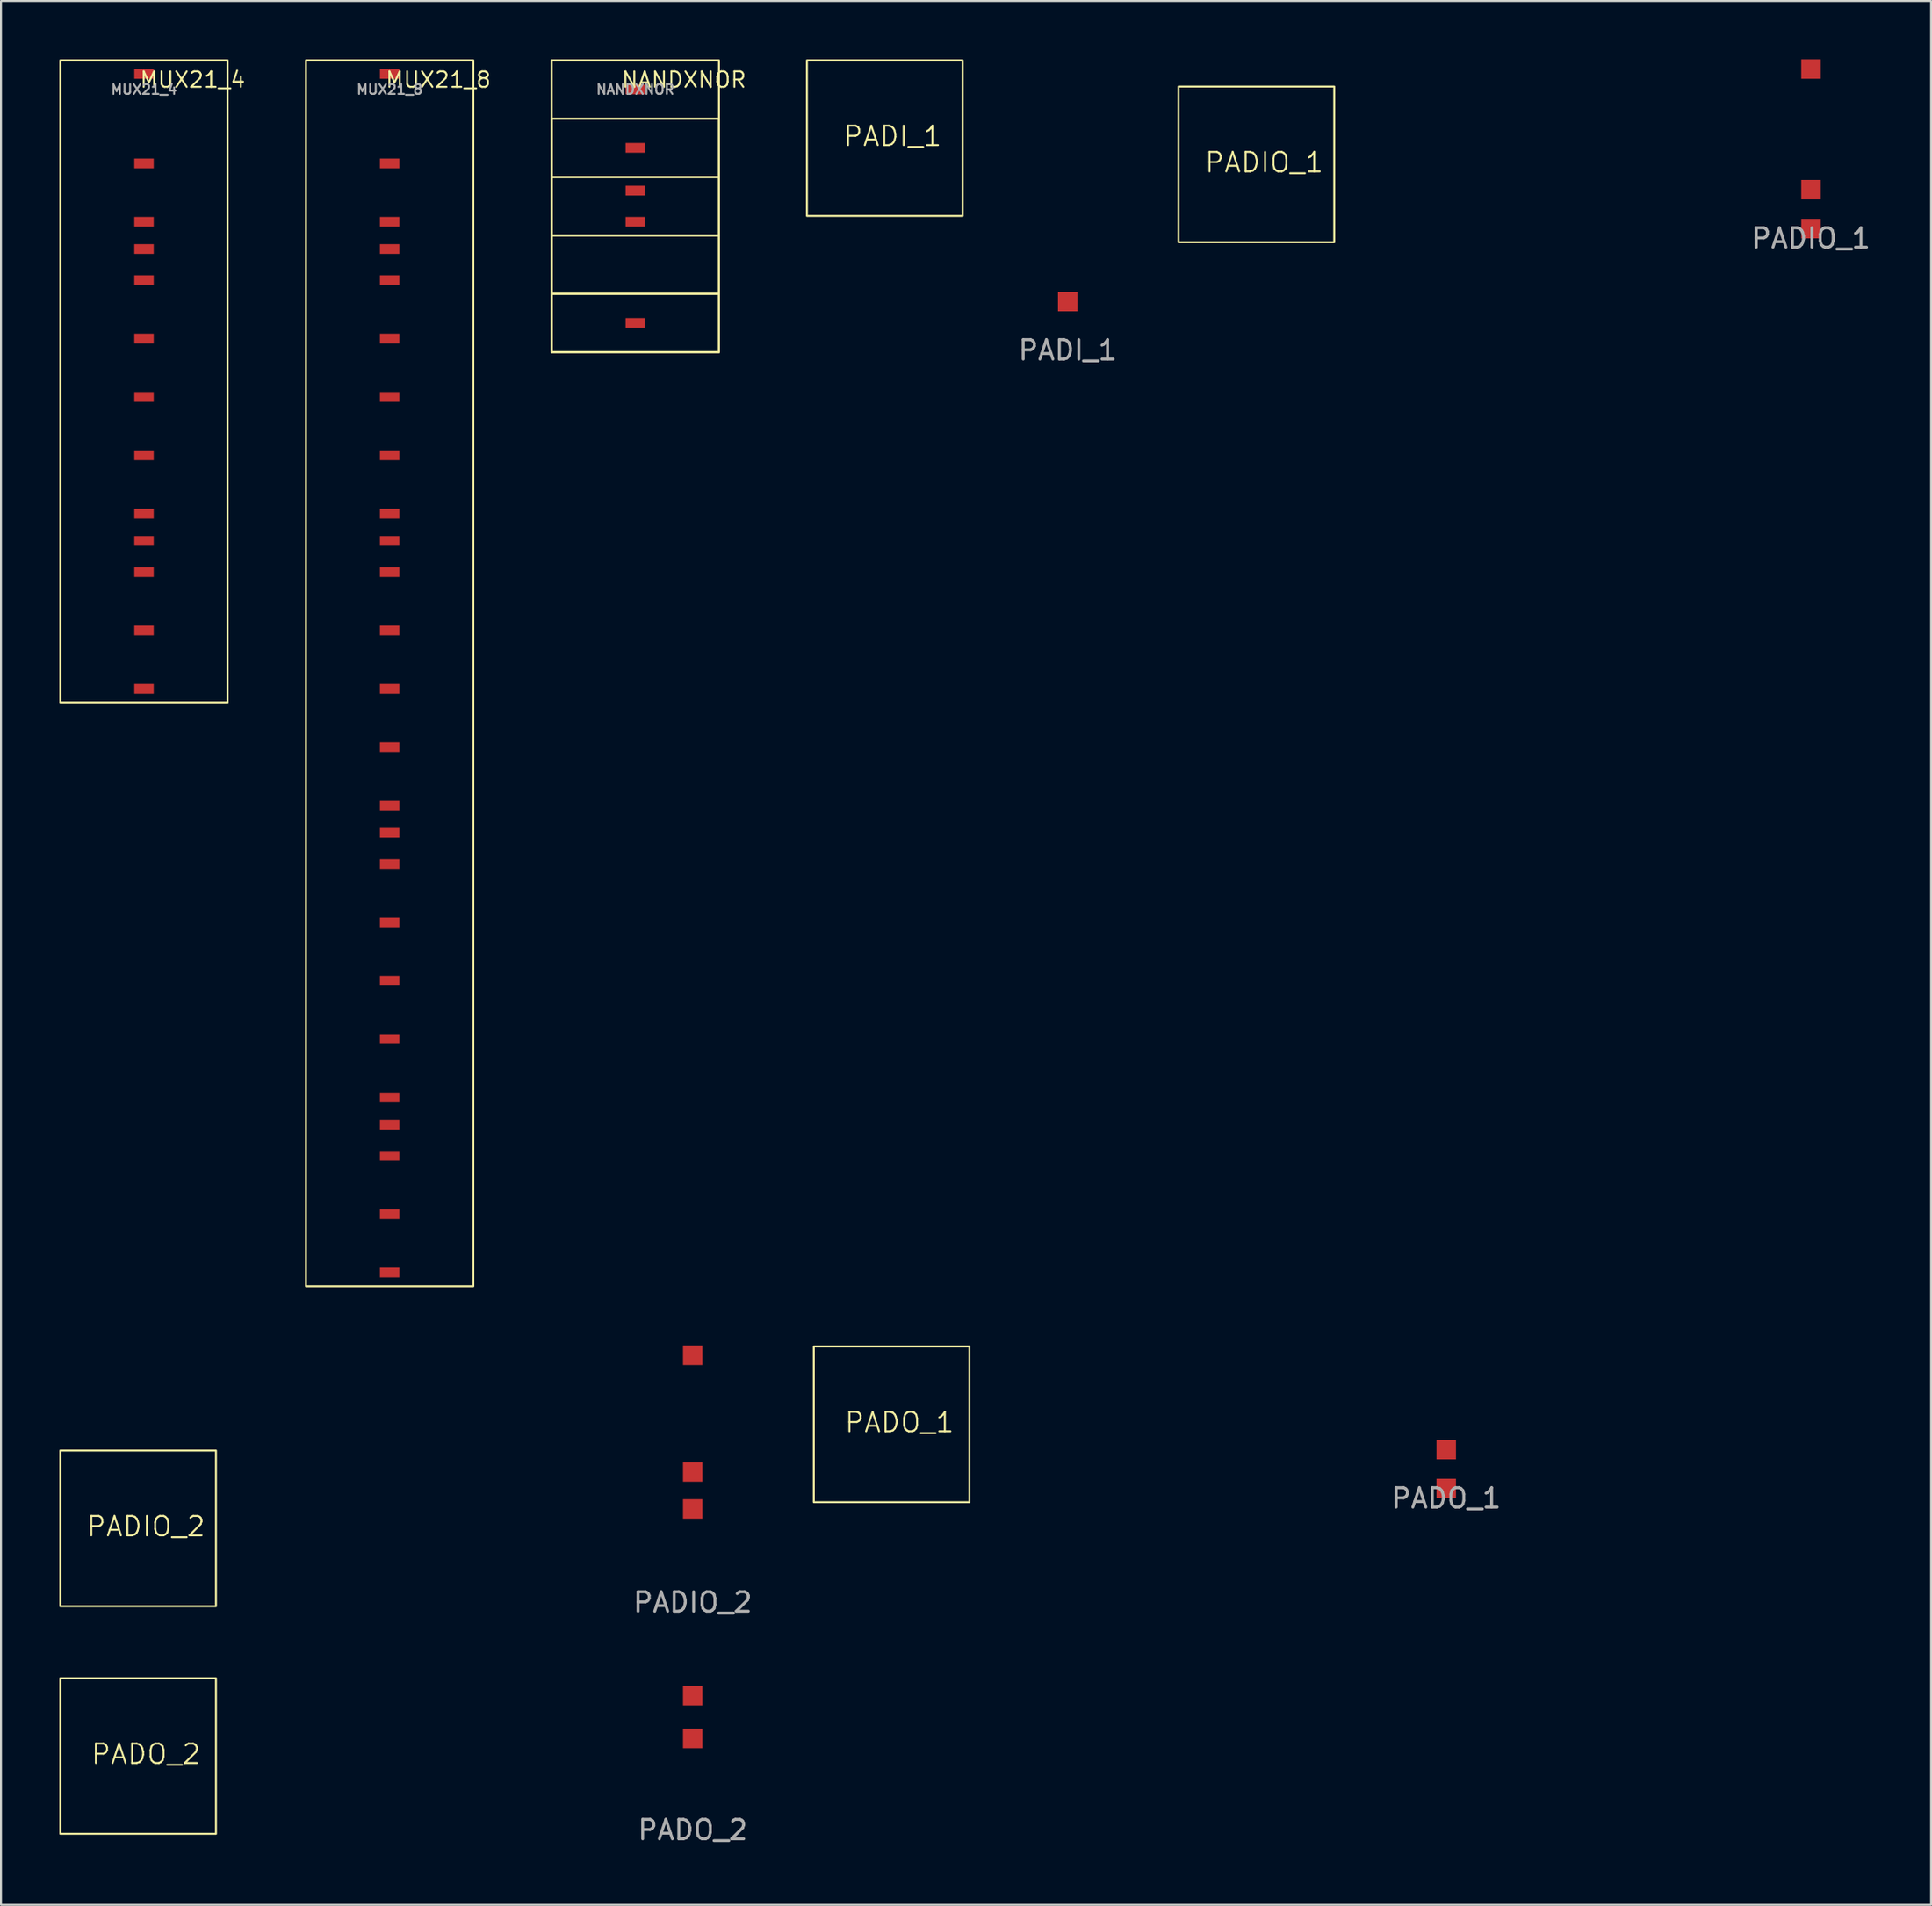
<source format=kicad_pcb>
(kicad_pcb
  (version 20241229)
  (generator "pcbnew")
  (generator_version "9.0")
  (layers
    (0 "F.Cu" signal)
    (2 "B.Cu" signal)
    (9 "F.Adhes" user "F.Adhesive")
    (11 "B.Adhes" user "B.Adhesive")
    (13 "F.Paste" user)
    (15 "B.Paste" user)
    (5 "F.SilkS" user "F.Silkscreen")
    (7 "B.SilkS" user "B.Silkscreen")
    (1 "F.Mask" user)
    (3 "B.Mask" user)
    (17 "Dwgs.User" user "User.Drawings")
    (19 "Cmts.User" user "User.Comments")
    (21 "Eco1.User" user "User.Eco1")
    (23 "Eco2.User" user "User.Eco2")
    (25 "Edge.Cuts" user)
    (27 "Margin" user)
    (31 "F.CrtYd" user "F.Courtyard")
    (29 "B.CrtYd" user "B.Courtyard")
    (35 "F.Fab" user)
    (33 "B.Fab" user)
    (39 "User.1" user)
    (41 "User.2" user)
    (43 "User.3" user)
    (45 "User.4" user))
  (footprint "MUX21_8"
    (layer "F.Cu")
    (at 16.975 1.55)
    (property "Reference" "MUX21_8" (at 2.5 -0.5 0) (unlocked yes) (layer "F.SilkS") (effects (font (size 0.8 0.8) (thickness 0.1))))
    (attr smd)
    (fp_rect (start -4.3 -1.5) (end 4.3 61.5) (stroke (width 0.1) (type default)) (fill no) (layer "F.SilkS"))
    (fp_text user "${REFERENCE}" (at 0 0 0) (unlocked yes) (layer "F.Fab") (effects (font (size 0.5 0.5) (thickness 0.1) (bold yes))))
    (pad "1" smd rect (at 0 -0.8) (size 1 0.5) (layers "F.Cu" "F.Mask" "F.Paste"))
    (pad "2" smd rect (at 0 3.8) (size 1 0.5) (layers "F.Cu" "F.Mask" "F.Paste"))
    (pad "3" smd rect (at 0 6.8) (size 1 0.5) (layers "F.Cu" "F.Mask" "F.Paste"))
    (pad "4" smd rect (at 0 8.2) (size 1 0.5) (layers "F.Cu" "F.Mask" "F.Paste"))
    (pad "5" smd rect (at 0 9.8) (size 1 0.5) (layers "F.Cu" "F.Mask" "F.Paste"))
    (pad "6" smd rect (at 0 12.8) (size 1 0.5) (layers "F.Cu" "F.Mask" "F.Paste"))
    (pad "7" smd rect (at 0 15.8) (size 1 0.5) (layers "F.Cu" "F.Mask" "F.Paste"))
    (pad "8" smd rect (at 0 18.8) (size 1 0.5) (layers "F.Cu" "F.Mask" "F.Paste"))
    (pad "9" smd rect (at 0 21.8) (size 1 0.5) (layers "F.Cu" "F.Mask" "F.Paste"))
    (pad "10" smd rect (at 0 23.2) (size 1 0.5) (layers "F.Cu" "F.Mask" "F.Paste"))
    (pad "11" smd rect (at 0 24.8) (size 1 0.5) (layers "F.Cu" "F.Mask" "F.Paste"))
    (pad "12" smd rect (at 0 27.8) (size 1 0.5) (layers "F.Cu" "F.Mask" "F.Paste"))
    (pad "13" smd rect (at 0 30.8) (size 1 0.5) (layers "F.Cu" "F.Mask" "F.Paste"))
    (pad "14" smd rect (at 0 33.8) (size 1 0.5) (layers "F.Cu" "F.Mask" "F.Paste"))
    (pad "15" smd rect (at 0 36.8) (size 1 0.5) (layers "F.Cu" "F.Mask" "F.Paste"))
    (pad "16" smd rect (at 0 38.2) (size 1 0.5) (layers "F.Cu" "F.Mask" "F.Paste"))
    (pad "17" smd rect (at 0 39.8) (size 1 0.5) (layers "F.Cu" "F.Mask" "F.Paste"))
    (pad "18" smd rect (at 0 42.8) (size 1 0.5) (layers "F.Cu" "F.Mask" "F.Paste"))
    (pad "19" smd rect (at 0 45.8) (size 1 0.5) (layers "F.Cu" "F.Mask" "F.Paste"))
    (pad "20" smd rect (at 0 48.8) (size 1 0.5) (layers "F.Cu" "F.Mask" "F.Paste"))
    (pad "21" smd rect (at 0 51.8) (size 1 0.5) (layers "F.Cu" "F.Mask" "F.Paste"))
    (pad "22" smd rect (at 0 53.2) (size 1 0.5) (layers "F.Cu" "F.Mask" "F.Paste"))
    (pad "23" smd rect (at 0 54.8) (size 1 0.5) (layers "F.Cu" "F.Mask" "F.Paste"))
    (pad "24" smd rect (at 0 57.8) (size 1 0.5) (layers "F.Cu" "F.Mask" "F.Paste"))
    (pad "25" smd rect (at 0 60.8) (size 1 0.5) (layers "F.Cu" "F.Mask" "F.Paste")))
  (footprint "PADIO_1"
    (layer "F.Cu")
    (at 90.018 6.7)
    (property "Reference" "PADIO_1" (at -28.1 -1.4 0) (unlocked yes) (layer "F.SilkS") (effects (font (size 1 1) (thickness 0.1))))
    (attr smd)
    (fp_rect (start -32.5 -5.3) (end -24.5 2.7) (stroke (width 0.1) (type default)) (fill no) (layer "F.SilkS"))
    (fp_text user "${REFERENCE}" (at 0 2.5 0) (unlocked yes) (layer "F.Fab") (effects (font (size 1 1) (thickness 0.15))))
    (pad "A" smd rect (at 0 0) (size 1 1) (layers "F.Cu" "F.Mask" "F.Paste"))
    (pad "Y" smd rect (at 0 -6.2) (size 1 1) (layers "F.Cu" "F.Mask" "F.Paste"))
    (pad "~{OE}" smd rect (at 0 2) (size 1 1) (layers "F.Cu" "F.Mask" "F.Paste")))
  (footprint "NANDXNOR"
    (layer "F.Cu")
    (at 29.6 1.55)
    (property "Reference" "NANDXNOR" (at 2.5 -0.5 0) (unlocked yes) (layer "F.SilkS") (effects (font (size 0.8 0.8) (thickness 0.1))))
    (attr smd)
    (fp_rect (start -4.3 -1.5) (end 4.3 13.5) (stroke (width 0.1) (type default)) (fill no) (layer "F.SilkS"))
    (fp_rect (start -4.3 1.5) (end 4.3 4.5) (stroke (width 0.1) (type default)) (fill no) (layer "F.SilkS"))
    (fp_rect (start -4.3 4.5) (end 4.3 7.5) (stroke (width 0.1) (type default)) (fill no) (layer "F.SilkS"))
    (fp_rect (start -4.3 7.5) (end 4.3 10.5) (stroke (width 0.1) (type default)) (fill no) (layer "F.SilkS"))
    (fp_rect (start -4.3 10.5) (end 4.3 13.5) (stroke (width 0.1) (type default)) (fill no) (layer "F.SilkS"))
    (fp_text user "${REFERENCE}" (at 0 0 0) (unlocked yes) (layer "F.Fab") (effects (font (size 0.5 0.5) (thickness 0.1) (bold yes))))
    (pad "1" smd rect (at 0 0) (size 1 0.5) (layers "F.Cu" "F.Mask" "F.Paste"))
    (pad "2" smd rect (at 0 3) (size 1 0.5) (layers "F.Cu" "F.Mask" "F.Paste"))
    (pad "3" smd rect (at 0 5.2) (size 1 0.5) (layers "F.Cu" "F.Mask" "F.Paste"))
    (pad "4" smd rect (at 0 6.8) (size 1 0.5) (layers "F.Cu" "F.Mask" "F.Paste"))
    (pad "5" smd rect (at 0 12) (size 1 0.5) (layers "F.Cu" "F.Mask" "F.Paste")))
  (footprint "PADO_2"
    (layer "F.Cu")
    (at 32.55 88.498)
    (property "Reference" "PADO_2" (at -28.1 -1.4 0) (unlocked yes) (layer "F.SilkS") (effects (font (size 1 1) (thickness 0.1))))
    (attr smd)
    (fp_rect (start -32.5 -5.3) (end -24.5 2.7) (stroke (width 0.1) (type default)) (fill no) (layer "F.SilkS"))
    (fp_text user "${REFERENCE}" (at 0 2.5 0) (unlocked yes) (layer "F.Fab") (effects (font (size 1 1) (thickness 0.15))))
    (pad "A" smd rect (at 0 -2.2) (size 1 1) (layers "F.Cu" "F.Mask" "F.Paste"))
    (pad "~{OE}" smd rect (at 0 -4.4) (size 1 1) (layers "F.Cu" "F.Mask" "F.Paste")))
  (footprint "PADO_1"
    (layer "F.Cu")
    (at 71.273 71.45)
    (property "Reference" "PADO_1" (at -28.1 -1.4 0) (unlocked yes) (layer "F.SilkS") (effects (font (size 1 1) (thickness 0.1))))
    (attr smd)
    (fp_rect (start -32.5 -5.3) (end -24.5 2.7) (stroke (width 0.1) (type default)) (fill no) (layer "F.SilkS"))
    (fp_text user "${REFERENCE}" (at 0 2.5 0) (unlocked yes) (layer "F.Fab") (effects (font (size 1 1) (thickness 0.15))))
    (pad "A" smd rect (at 0 0) (size 1 1) (layers "F.Cu" "F.Mask" "F.Paste"))
    (pad "~{OE}" smd rect (at 0 2) (size 1 1) (layers "F.Cu" "F.Mask" "F.Paste")))
  (footprint "PADI_1"
    (layer "F.Cu")
    (at 51.82 12.45)
    (property "Reference" "PADI_1" (at -9 -8.5 0) (unlocked yes) (layer "F.SilkS") (effects (font (size 1 1) (thickness 0.1))))
    (attr smd)
    (fp_rect (start -13.4 -12.4) (end -5.4 -4.4) (stroke (width 0.1) (type default)) (fill no) (layer "F.SilkS"))
    (fp_text user "${REFERENCE}" (at 0 2.5 0) (unlocked yes) (layer "F.Fab") (effects (font (size 1 1) (thickness 0.15))))
    (pad "Y" smd rect (at 0 0) (size 1 1) (layers "F.Cu" "F.Mask" "F.Paste")))
  (footprint "PADIO_2"
    (layer "F.Cu")
    (at 32.55 76.8)
    (property "Reference" "PADIO_2" (at -28.1 -1.4 0) (unlocked yes) (layer "F.SilkS") (effects (font (size 1 1) (thickness 0.1))))
    (attr smd)
    (fp_rect (start -32.5 -5.3) (end -24.5 2.7) (stroke (width 0.1) (type default)) (fill no) (layer "F.SilkS"))
    (fp_text user "${REFERENCE}" (at 0 2.5 0) (unlocked yes) (layer "F.Fab") (effects (font (size 1 1) (thickness 0.15))))
    (pad "A" smd rect (at 0 -2.3) (size 1 1) (layers "F.Cu" "F.Mask" "F.Paste"))
    (pad "Y" smd rect (at 0 -10.2) (size 1 1) (layers "F.Cu" "F.Mask" "F.Paste"))
    (pad "~{OE}" smd rect (at 0 -4.2) (size 1 1) (layers "F.Cu" "F.Mask" "F.Paste")))
  (footprint "MUX21_4"
    (layer "F.Cu")
    (at 4.35 1.55)
    (property "Reference" "MUX21_4" (at 2.5 -0.5 0) (unlocked yes) (layer "F.SilkS") (effects (font (size 0.8 0.8) (thickness 0.1))))
    (attr smd)
    (fp_rect (start -4.3 -1.5) (end 4.3 31.5) (stroke (width 0.1) (type default)) (fill no) (layer "F.SilkS"))
    (fp_text user "${REFERENCE}" (at 0 0 0) (unlocked yes) (layer "F.Fab") (effects (font (size 0.5 0.5) (thickness 0.1) (bold yes))))
    (pad "1" smd rect (at 0 -0.8) (size 1 0.5) (layers "F.Cu" "F.Mask" "F.Paste"))
    (pad "2" smd rect (at 0 3.8) (size 1 0.5) (layers "F.Cu" "F.Mask" "F.Paste"))
    (pad "3" smd rect (at 0 6.8) (size 1 0.5) (layers "F.Cu" "F.Mask" "F.Paste"))
    (pad "4" smd rect (at 0 8.2) (size 1 0.5) (layers "F.Cu" "F.Mask" "F.Paste"))
    (pad "5" smd rect (at 0 9.8) (size 1 0.5) (layers "F.Cu" "F.Mask" "F.Paste"))
    (pad "6" smd rect (at 0 12.8) (size 1 0.5) (layers "F.Cu" "F.Mask" "F.Paste"))
    (pad "7" smd rect (at 0 15.8) (size 1 0.5) (layers "F.Cu" "F.Mask" "F.Paste"))
    (pad "8" smd rect (at 0 18.8) (size 1 0.5) (layers "F.Cu" "F.Mask" "F.Paste"))
    (pad "9" smd rect (at 0 21.8) (size 1 0.5) (layers "F.Cu" "F.Mask" "F.Paste"))
    (pad "10" smd rect (at 0 23.2) (size 1 0.5) (layers "F.Cu" "F.Mask" "F.Paste"))
    (pad "11" smd rect (at 0 24.8) (size 1 0.5) (layers "F.Cu" "F.Mask" "F.Paste"))
    (pad "12" smd rect (at 0 27.8) (size 1 0.5) (layers "F.Cu" "F.Mask" "F.Paste"))
    (pad "13" smd rect (at 0 30.8) (size 1 0.5) (layers "F.Cu" "F.Mask" "F.Paste")))
  (gr_rect
    (start -3 -3)
    (end 96.191 94.847)
    (stroke (width 0.1) (type default))
    (fill no)
    (layer "Edge.Cuts")))
</source>
